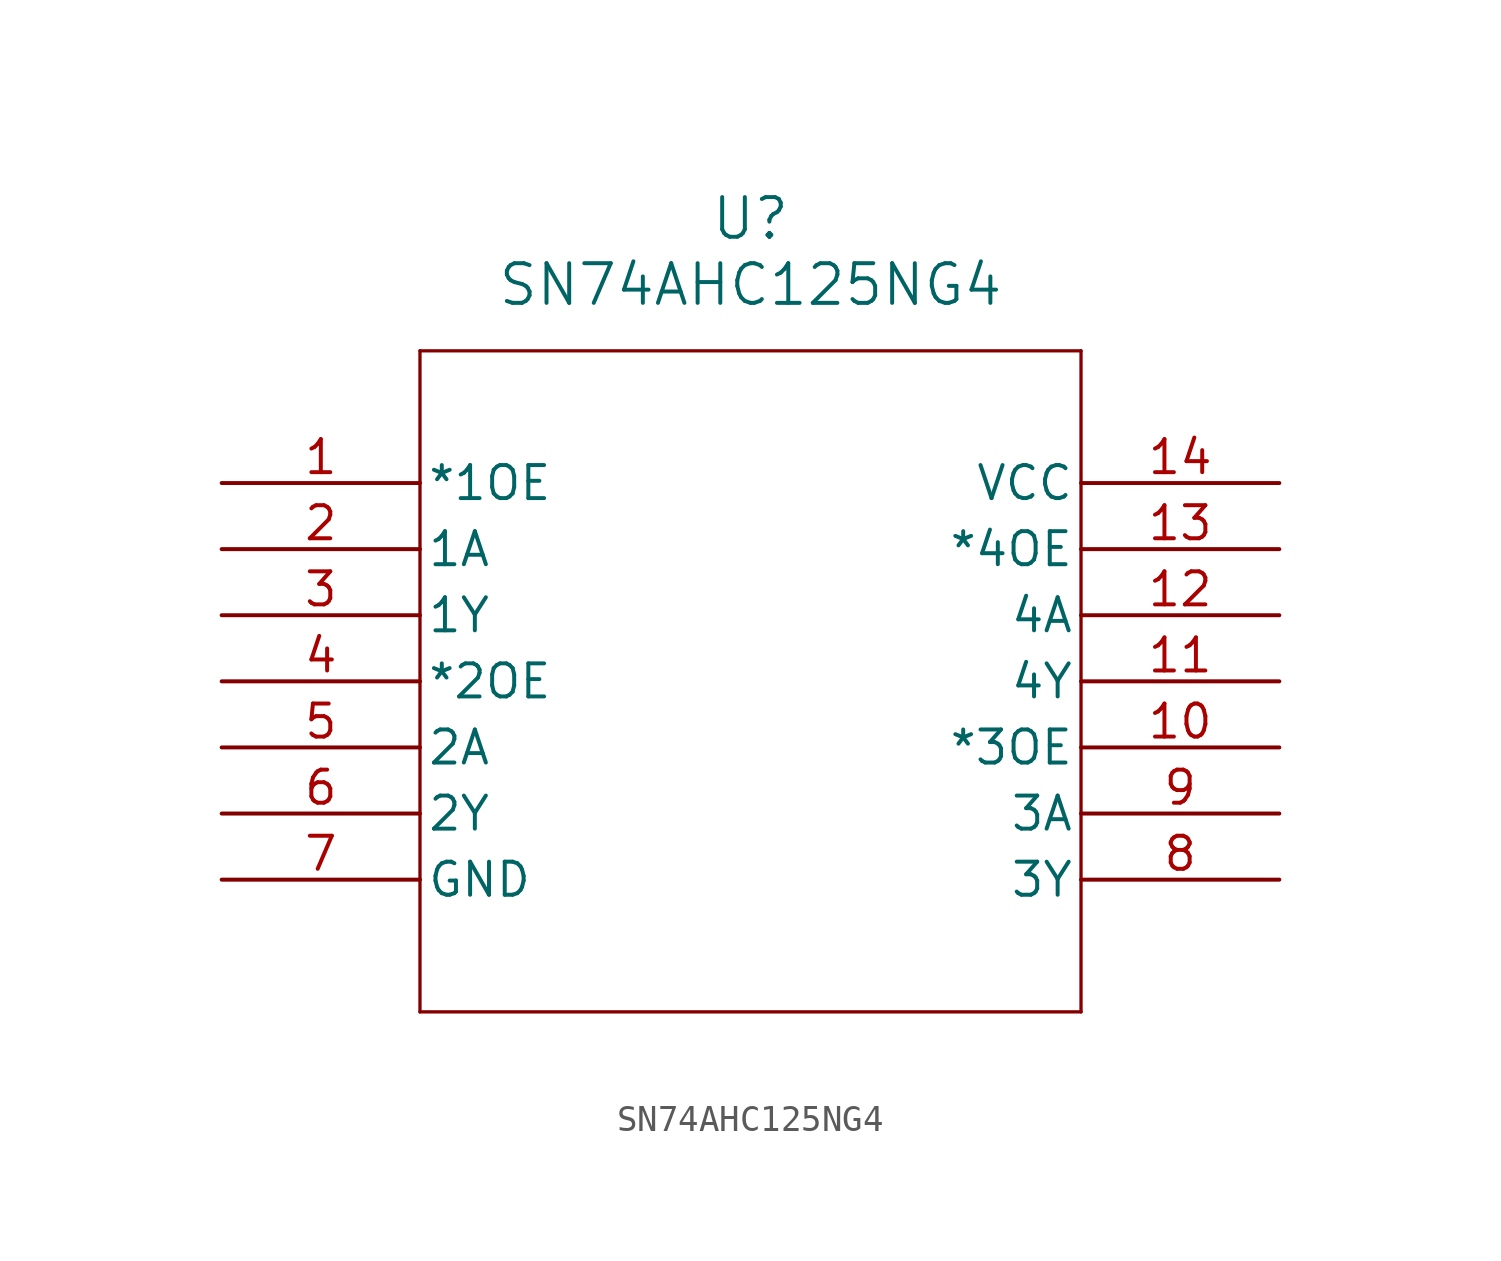
<source format=kicad_sym>
(kicad_symbol_lib
  (version 20211014)
  (generator kicad_symbol_editor)
  (symbol "SN74AHC125NG4"
    (pin_names
      (offset 0.254))
    (property "Reference" "U"
      (at 20.32 10.16 0)
      (effects (font (size 1.524 1.524))))
    (property "Value" "SN74AHC125NG4"
      (at 20.32 7.62 0)
      (effects (font (size 1.524 1.524))))
    (symbol "SN74AHC125NG4_0_1"
      (polyline (pts (xy 7.62 5.08) (xy 7.62 -20.32)) (stroke (width 0.127) (type default) (color 0 0 0 0)) (fill (type none)))
      (polyline (pts (xy 7.62 -20.32) (xy 33.02 -20.32)) (stroke (width 0.127) (type default) (color 0 0 0 0)) (fill (type none)))
      (polyline (pts (xy 33.02 -20.32) (xy 33.02 5.08)) (stroke (width 0.127) (type default) (color 0 0 0 0)) (fill (type none)))
      (polyline (pts (xy 33.02 5.08) (xy 7.62 5.08)) (stroke (width 0.127) (type default) (color 0 0 0 0)) (fill (type none)))
      (pin input line (at 0 0 0) (length 7.62) (name "*1OE" (effects (font (size 1.27 1.27)))) (number "1" (effects (font (size 1.27 1.27)))))
      (pin input line (at 0 -2.54 0) (length 7.62) (name "1A" (effects (font (size 1.27 1.27)))) (number "2" (effects (font (size 1.27 1.27)))))
      (pin output line (at 0 -5.08 0) (length 7.62) (name "1Y" (effects (font (size 1.27 1.27)))) (number "3" (effects (font (size 1.27 1.27)))))
      (pin input line (at 0 -7.62 0) (length 7.62) (name "*2OE" (effects (font (size 1.27 1.27)))) (number "4" (effects (font (size 1.27 1.27)))))
      (pin input line (at 0 -10.16 0) (length 7.62) (name "2A" (effects (font (size 1.27 1.27)))) (number "5" (effects (font (size 1.27 1.27)))))
      (pin output line (at 0 -12.7 0) (length 7.62) (name "2Y" (effects (font (size 1.27 1.27)))) (number "6" (effects (font (size 1.27 1.27)))))
      (pin power_in line (at 0 -15.24 0) (length 7.62) (name "GND" (effects (font (size 1.27 1.27)))) (number "7" (effects (font (size 1.27 1.27)))))
      (pin output line (at 40.64 -15.24 180) (length 7.62) (name "3Y" (effects (font (size 1.27 1.27)))) (number "8" (effects (font (size 1.27 1.27)))))
      (pin input line (at 40.64 -12.7 180) (length 7.62) (name "3A" (effects (font (size 1.27 1.27)))) (number "9" (effects (font (size 1.27 1.27)))))
      (pin input line (at 40.64 -10.16 180) (length 7.62) (name "*3OE" (effects (font (size 1.27 1.27)))) (number "10" (effects (font (size 1.27 1.27)))))
      (pin output line (at 40.64 -7.62 180) (length 7.62) (name "4Y" (effects (font (size 1.27 1.27)))) (number "11" (effects (font (size 1.27 1.27)))))
      (pin input line (at 40.64 -5.08 180) (length 7.62) (name "4A" (effects (font (size 1.27 1.27)))) (number "12" (effects (font (size 1.27 1.27)))))
      (pin input line (at 40.64 -2.54 180) (length 7.62) (name "*4OE" (effects (font (size 1.27 1.27)))) (number "13" (effects (font (size 1.27 1.27)))))
      (pin power_in line (at 40.64 0 180) (length 7.62) (name "VCC" (effects (font (size 1.27 1.27)))) (number "14" (effects (font (size 1.27 1.27))))))))
</source>
